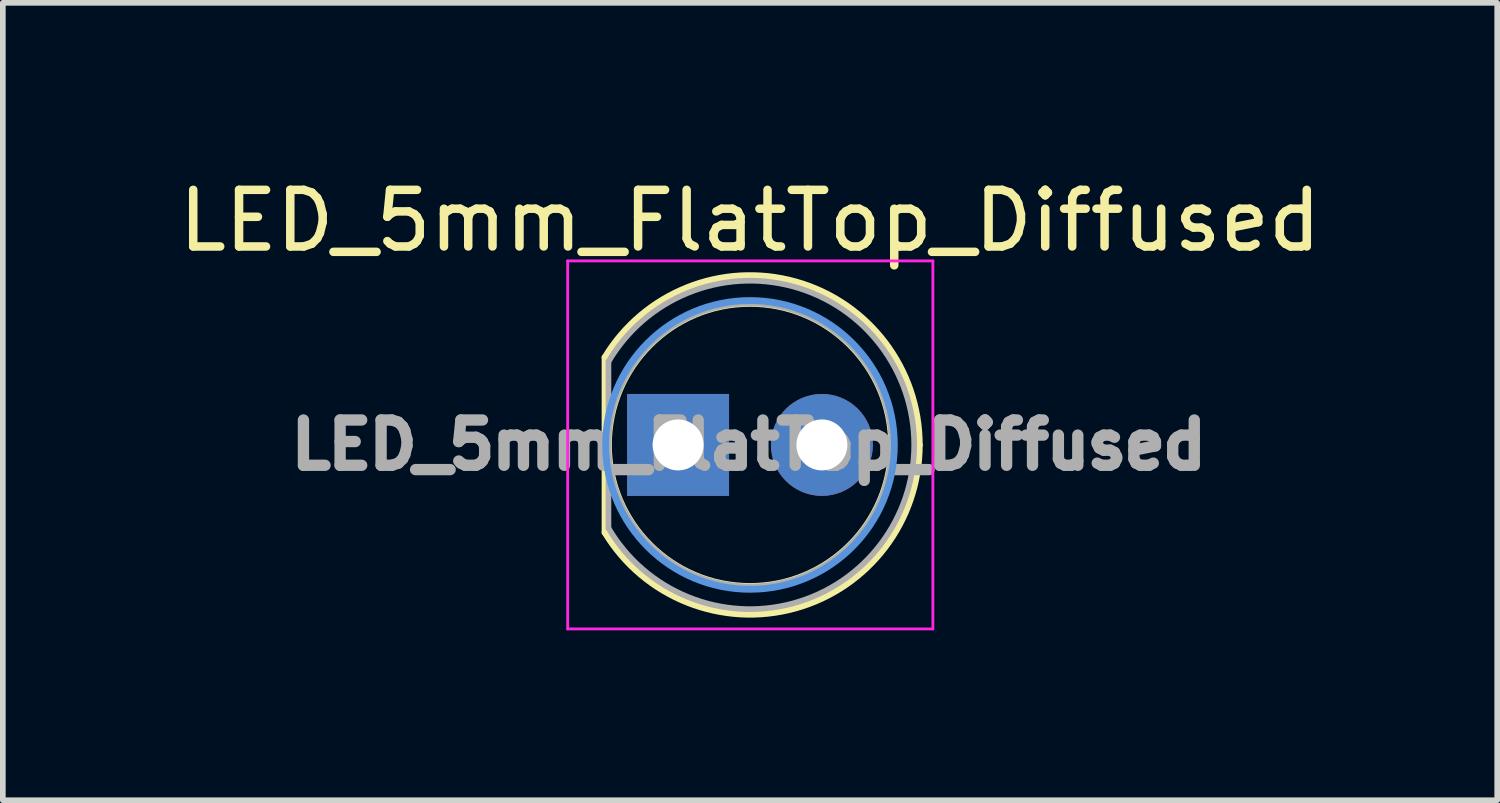
<source format=kicad_pcb>
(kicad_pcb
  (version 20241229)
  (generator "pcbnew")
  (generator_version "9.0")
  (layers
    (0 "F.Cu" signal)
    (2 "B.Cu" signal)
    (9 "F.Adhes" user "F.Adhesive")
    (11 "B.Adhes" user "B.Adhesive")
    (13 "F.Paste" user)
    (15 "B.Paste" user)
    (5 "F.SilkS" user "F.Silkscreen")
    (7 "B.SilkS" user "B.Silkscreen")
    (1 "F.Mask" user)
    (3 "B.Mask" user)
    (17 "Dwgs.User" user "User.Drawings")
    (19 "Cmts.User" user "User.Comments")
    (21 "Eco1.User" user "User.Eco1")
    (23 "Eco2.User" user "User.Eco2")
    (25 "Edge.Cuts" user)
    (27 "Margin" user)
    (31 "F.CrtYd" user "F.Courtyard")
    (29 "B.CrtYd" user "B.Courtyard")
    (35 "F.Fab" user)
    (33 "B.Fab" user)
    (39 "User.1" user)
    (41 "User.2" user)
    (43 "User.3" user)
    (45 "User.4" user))
  (footprint "LED_5mm_FlatTop_Diffused"
    (layer "F.Cu")
    (at 10.196 4.808)
    (property "Reference" "LED_5mm_FlatTop_Diffused" (at 0 -3.96 0) (layer "F.SilkS") (effects (font (size 1 1) (thickness 0.15))))
    (attr through_hole)
    (fp_line (start -2.56 -1.545) (end -2.56 1.545) (stroke (width 0.12) (type solid)) (layer "F.SilkS"))
    (fp_arc (start -2.56 -1.54483) (mid 0.802002 -2.880433) (end 2.99 0.000462) (stroke (width 0.12) (type solid)) (layer "F.SilkS"))
    (fp_arc (start 2.99 -0.000462) (mid 0.802002 2.880433) (end -2.56 1.54483) (stroke (width 0.12) (type solid)) (layer "F.SilkS"))
    (fp_circle (center 0 0) (end 2.5 0) (stroke (width 0.12) (type solid)) (fill no) (layer "F.SilkS"))
    (fp_circle (center 0 0) (end 2.55 0) (stroke (width 0.12) (type solid)) (fill no) (layer "Cmts.User"))
    (fp_line (start -3.22 -3.25) (end -3.22 3.25) (stroke (width 0.05) (type solid)) (layer "F.CrtYd"))
    (fp_line (start -3.22 3.25) (end 3.23 3.25) (stroke (width 0.05) (type solid)) (layer "F.CrtYd"))
    (fp_line (start 3.23 -3.25) (end -3.22 -3.25) (stroke (width 0.05) (type solid)) (layer "F.CrtYd"))
    (fp_line (start 3.23 3.25) (end 3.23 -3.25) (stroke (width 0.05) (type solid)) (layer "F.CrtYd"))
    (fp_line (start -2.5 -1.47) (end -2.5 1.47) (stroke (width 0.1) (type solid)) (layer "F.Fab"))
    (fp_arc (start -2.5 -1.469694) (mid 2.9 0.000016) (end -2.500016 1.469666) (stroke (width 0.1) (type solid)) (layer "F.Fab"))
    (fp_circle (center 0 0) (end 2.5 0) (stroke (width 0.1) (type solid)) (fill no) (layer "F.Fab"))
    (fp_text user "${REFERENCE}" (at -0.02 0 0) (layer "F.Fab") (effects (font (size 0.8 0.8) (thickness 0.2))))
    (pad "1" thru_hole rect (at -1.27 0) (size 1.8 1.8) (drill 0.9) (layers "*.Cu" "*.Mask"))
    (pad "2" thru_hole circle (at 1.27 0) (size 1.8 1.8) (drill 0.9) (layers "*.Cu" "*.Mask")))
  (gr_rect
    (start -3 -3)
    (end 23.393 11.083)
    (stroke (width 0.1) (type default))
    (fill no)
    (layer "Edge.Cuts")))
</source>
